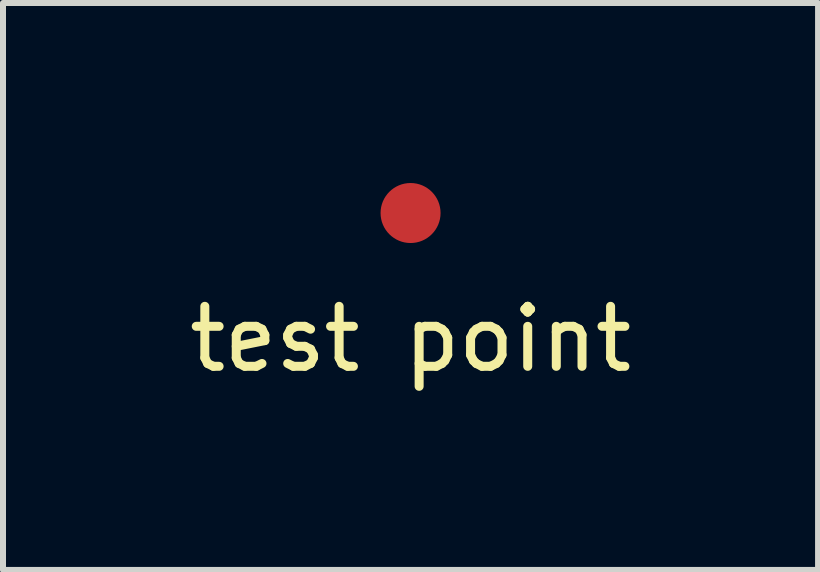
<source format=kicad_pcb>
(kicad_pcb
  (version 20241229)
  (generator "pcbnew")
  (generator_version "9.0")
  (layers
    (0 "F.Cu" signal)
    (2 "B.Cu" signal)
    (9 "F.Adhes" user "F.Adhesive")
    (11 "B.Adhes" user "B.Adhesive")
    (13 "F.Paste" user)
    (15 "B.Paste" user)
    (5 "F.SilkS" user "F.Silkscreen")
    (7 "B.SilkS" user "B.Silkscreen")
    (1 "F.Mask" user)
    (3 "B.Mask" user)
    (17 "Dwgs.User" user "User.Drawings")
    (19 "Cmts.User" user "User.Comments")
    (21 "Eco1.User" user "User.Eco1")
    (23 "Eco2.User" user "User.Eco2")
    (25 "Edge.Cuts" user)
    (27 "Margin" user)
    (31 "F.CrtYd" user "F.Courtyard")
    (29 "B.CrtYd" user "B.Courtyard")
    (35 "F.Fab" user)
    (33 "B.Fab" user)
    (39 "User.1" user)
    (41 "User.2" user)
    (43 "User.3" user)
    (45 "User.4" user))
  (footprint "test point"
    (layer "F.Cu")
    (at 3.792 2.1)
    (property "Reference" "test point" (at 0 0.5 0) (layer "F.SilkS") (effects (font (size 1 1) (thickness 0.15))))
    (attr through_hole)
    (pad "1" smd circle (at 0 -1.6) (size 1 1) (layers "F.Cu" "F.Mask" "F.Paste")))
  (gr_rect
    (start -3 -3)
    (end 10.583 6.448)
    (stroke (width 0.1) (type default))
    (fill no)
    (layer "Edge.Cuts")))
</source>
